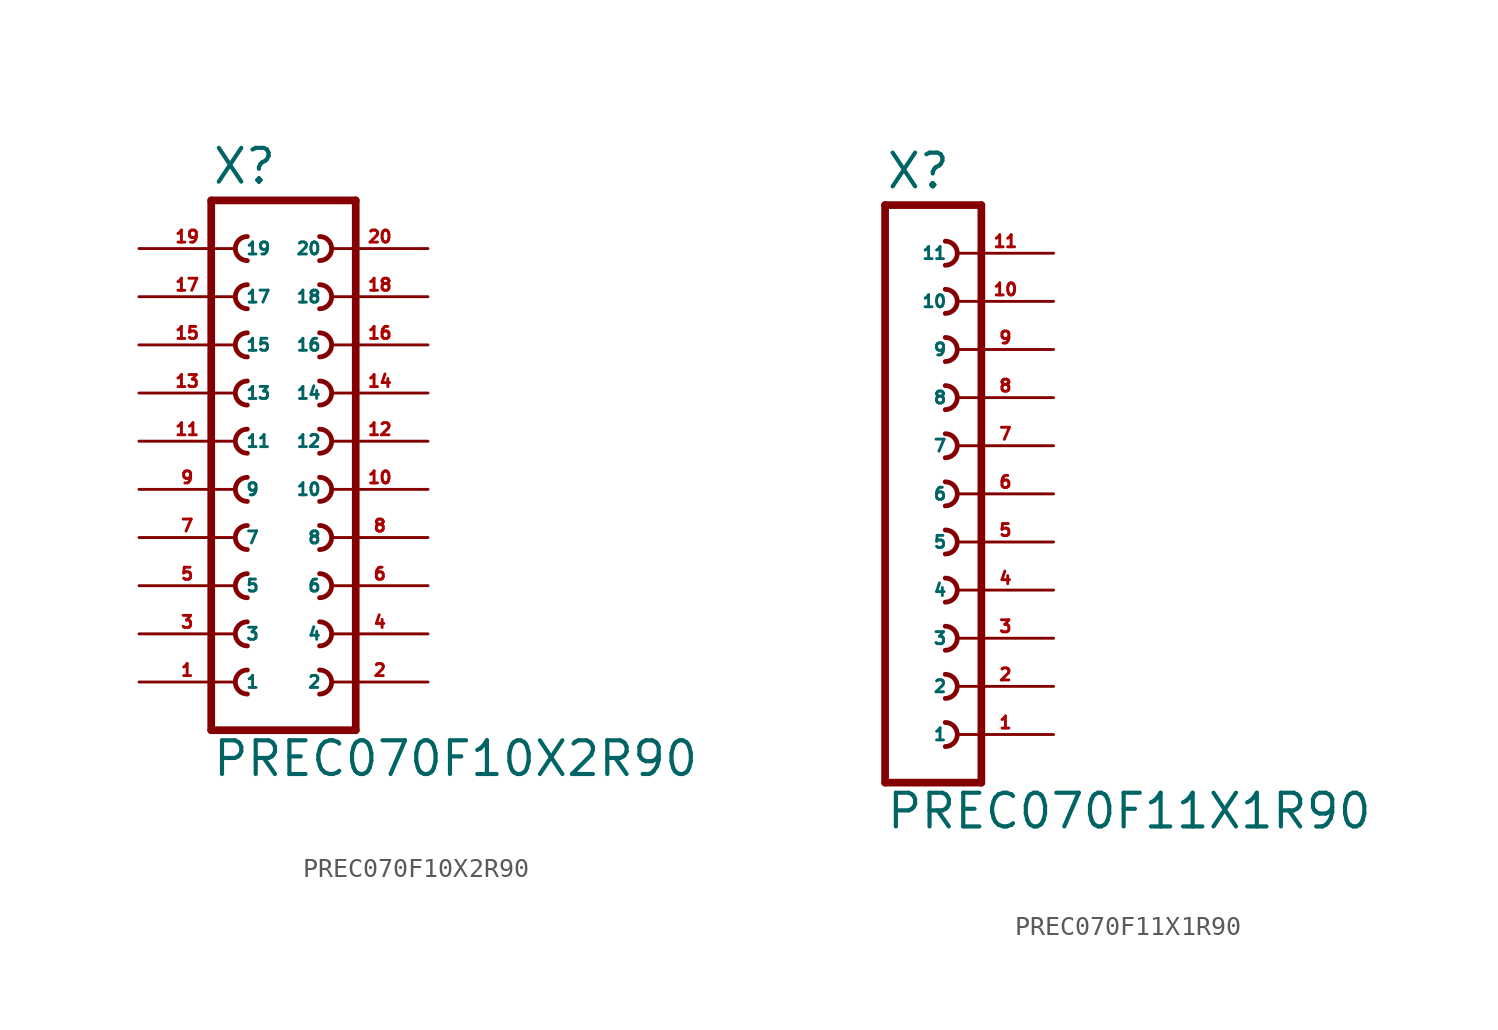
<source format=kicad_sym>
(kicad_symbol_lib
  (version 20220914)
  (generator Eagle2Kicad)
  (symbol "PREC070F10X2R90"
    (property "Reference" "X"
      (at -3.81 16.002 0)
      (effects (font (size 1.778 1.778) (thickness 0.22)) (justify left bottom)))
    (property "Value" "PREC070F10X2R90"
      (at -3.81 -15.24 0)
      (effects (font (size 1.778 1.778) (thickness 0.22)) (justify left bottom)))
    (polyline
      (pts (xy 3.81 -12.7) (xy -3.81 -12.7))
      (stroke (width 0.406) (type default))
      (fill (type none)))
    (arc
      (start -1.905 -4.445)
      (mid -2.540 -5.080)
      (end -1.905 -5.715)
      (stroke (width 0.254) (type default))
      (fill (type none)))
    (arc
      (start -1.905 -6.985)
      (mid -2.540 -7.620)
      (end -1.905 -8.255)
      (stroke (width 0.254) (type default))
      (fill (type none)))
    (arc
      (start -1.905 -9.525)
      (mid -2.540 -10.160)
      (end -1.905 -10.795)
      (stroke (width 0.254) (type default))
      (fill (type none)))
    (arc
      (start 1.905 -5.715)
      (mid 2.540 -5.080)
      (end 1.905 -4.445)
      (stroke (width 0.254) (type default))
      (fill (type none)))
    (arc
      (start 1.905 -8.255)
      (mid 2.540 -7.620)
      (end 1.905 -6.985)
      (stroke (width 0.254) (type default))
      (fill (type none)))
    (arc
      (start 1.905 -10.795)
      (mid 2.540 -10.160)
      (end 1.905 -9.525)
      (stroke (width 0.254) (type default))
      (fill (type none)))
    (arc
      (start -1.905 0.635)
      (mid -2.540 0.000)
      (end -1.905 -0.635)
      (stroke (width 0.254) (type default))
      (fill (type none)))
    (arc
      (start -1.905 -1.905)
      (mid -2.540 -2.540)
      (end -1.905 -3.175)
      (stroke (width 0.254) (type default))
      (fill (type none)))
    (arc
      (start 1.905 -0.635)
      (mid 2.540 0.000)
      (end 1.905 0.635)
      (stroke (width 0.254) (type default))
      (fill (type none)))
    (arc
      (start 1.905 -3.175)
      (mid 2.540 -2.540)
      (end 1.905 -1.905)
      (stroke (width 0.254) (type default))
      (fill (type none)))
    (arc
      (start -1.905 8.255)
      (mid -2.540 7.620)
      (end -1.905 6.985)
      (stroke (width 0.254) (type default))
      (fill (type none)))
    (arc
      (start -1.905 5.715)
      (mid -2.540 5.080)
      (end -1.905 4.445)
      (stroke (width 0.254) (type default))
      (fill (type none)))
    (arc
      (start -1.905 3.175)
      (mid -2.540 2.540)
      (end -1.905 1.905)
      (stroke (width 0.254) (type default))
      (fill (type none)))
    (arc
      (start 1.905 6.985)
      (mid 2.540 7.620)
      (end 1.905 8.255)
      (stroke (width 0.254) (type default))
      (fill (type none)))
    (arc
      (start 1.905 4.445)
      (mid 2.540 5.080)
      (end 1.905 5.715)
      (stroke (width 0.254) (type default))
      (fill (type none)))
    (arc
      (start 1.905 1.905)
      (mid 2.540 2.540)
      (end 1.905 3.175)
      (stroke (width 0.254) (type default))
      (fill (type none)))
    (polyline
      (pts (xy -3.81 15.24) (xy -3.81 -12.7))
      (stroke (width 0.406) (type default))
      (fill (type none)))
    (polyline
      (pts (xy 3.81 -12.7) (xy 3.81 15.24))
      (stroke (width 0.406) (type default))
      (fill (type none)))
    (polyline
      (pts (xy -3.81 15.24) (xy 3.81 15.24))
      (stroke (width 0.406) (type default))
      (fill (type none)))
    (arc
      (start -1.905 13.335)
      (mid -2.540 12.700)
      (end -1.905 12.065)
      (stroke (width 0.254) (type default))
      (fill (type none)))
    (arc
      (start -1.905 10.795)
      (mid -2.540 10.160)
      (end -1.905 9.525)
      (stroke (width 0.254) (type default))
      (fill (type none)))
    (arc
      (start 1.905 12.065)
      (mid 2.540 12.700)
      (end 1.905 13.335)
      (stroke (width 0.254) (type default))
      (fill (type none)))
    (arc
      (start 1.905 9.525)
      (mid 2.540 10.160)
      (end 1.905 10.795)
      (stroke (width 0.254) (type default))
      (fill (type none)))
    (pin passive line
      (at -7.62 -10.16 0)
      (length 5.08)
      (name "1" (effects (font (size 0.635 0.635) (thickness 0.08)) (justify left bottom)))
      (number "1" (effects (font (size 0.635 0.635) (thickness 0.08)) (justify left bottom))))
    (pin passive line
      (at -7.62 -7.62 0)
      (length 5.08)
      (name "3" (effects (font (size 0.635 0.635) (thickness 0.08)) (justify left bottom)))
      (number "3" (effects (font (size 0.635 0.635) (thickness 0.08)) (justify left bottom))))
    (pin passive line
      (at -7.62 -5.08 0)
      (length 5.08)
      (name "5" (effects (font (size 0.635 0.635) (thickness 0.08)) (justify left bottom)))
      (number "5" (effects (font (size 0.635 0.635) (thickness 0.08)) (justify left bottom))))
    (pin passive line
      (at 7.62 -10.16 180)
      (length 5.08)
      (name "2" (effects (font (size 0.635 0.635) (thickness 0.08)) (justify left bottom)))
      (number "2" (effects (font (size 0.635 0.635) (thickness 0.08)) (justify left bottom))))
    (pin passive line
      (at 7.62 -7.62 180)
      (length 5.08)
      (name "4" (effects (font (size 0.635 0.635) (thickness 0.08)) (justify left bottom)))
      (number "4" (effects (font (size 0.635 0.635) (thickness 0.08)) (justify left bottom))))
    (pin passive line
      (at 7.62 -5.08 180)
      (length 5.08)
      (name "6" (effects (font (size 0.635 0.635) (thickness 0.08)) (justify left bottom)))
      (number "6" (effects (font (size 0.635 0.635) (thickness 0.08)) (justify left bottom))))
    (pin passive line
      (at -7.62 -2.54 0)
      (length 5.08)
      (name "7" (effects (font (size 0.635 0.635) (thickness 0.08)) (justify left bottom)))
      (number "7" (effects (font (size 0.635 0.635) (thickness 0.08)) (justify left bottom))))
    (pin passive line
      (at -7.62 0 0)
      (length 5.08)
      (name "9" (effects (font (size 0.635 0.635) (thickness 0.08)) (justify left bottom)))
      (number "9" (effects (font (size 0.635 0.635) (thickness 0.08)) (justify left bottom))))
    (pin passive line
      (at 7.62 -2.54 180)
      (length 5.08)
      (name "8" (effects (font (size 0.635 0.635) (thickness 0.08)) (justify left bottom)))
      (number "8" (effects (font (size 0.635 0.635) (thickness 0.08)) (justify left bottom))))
    (pin passive line
      (at 7.62 0 180)
      (length 5.08)
      (name "10" (effects (font (size 0.635 0.635) (thickness 0.08)) (justify left bottom)))
      (number "10" (effects (font (size 0.635 0.635) (thickness 0.08)) (justify left bottom))))
    (pin passive line
      (at -7.62 2.54 0)
      (length 5.08)
      (name "11" (effects (font (size 0.635 0.635) (thickness 0.08)) (justify left bottom)))
      (number "11" (effects (font (size 0.635 0.635) (thickness 0.08)) (justify left bottom))))
    (pin passive line
      (at -7.62 5.08 0)
      (length 5.08)
      (name "13" (effects (font (size 0.635 0.635) (thickness 0.08)) (justify left bottom)))
      (number "13" (effects (font (size 0.635 0.635) (thickness 0.08)) (justify left bottom))))
    (pin passive line
      (at -7.62 7.62 0)
      (length 5.08)
      (name "15" (effects (font (size 0.635 0.635) (thickness 0.08)) (justify left bottom)))
      (number "15" (effects (font (size 0.635 0.635) (thickness 0.08)) (justify left bottom))))
    (pin passive line
      (at 7.62 2.54 180)
      (length 5.08)
      (name "12" (effects (font (size 0.635 0.635) (thickness 0.08)) (justify left bottom)))
      (number "12" (effects (font (size 0.635 0.635) (thickness 0.08)) (justify left bottom))))
    (pin passive line
      (at 7.62 5.08 180)
      (length 5.08)
      (name "14" (effects (font (size 0.635 0.635) (thickness 0.08)) (justify left bottom)))
      (number "14" (effects (font (size 0.635 0.635) (thickness 0.08)) (justify left bottom))))
    (pin passive line
      (at 7.62 7.62 180)
      (length 5.08)
      (name "16" (effects (font (size 0.635 0.635) (thickness 0.08)) (justify left bottom)))
      (number "16" (effects (font (size 0.635 0.635) (thickness 0.08)) (justify left bottom))))
    (pin passive line
      (at -7.62 10.16 0)
      (length 5.08)
      (name "17" (effects (font (size 0.635 0.635) (thickness 0.08)) (justify left bottom)))
      (number "17" (effects (font (size 0.635 0.635) (thickness 0.08)) (justify left bottom))))
    (pin passive line
      (at -7.62 12.7 0)
      (length 5.08)
      (name "19" (effects (font (size 0.635 0.635) (thickness 0.08)) (justify left bottom)))
      (number "19" (effects (font (size 0.635 0.635) (thickness 0.08)) (justify left bottom))))
    (pin passive line
      (at 7.62 10.16 180)
      (length 5.08)
      (name "18" (effects (font (size 0.635 0.635) (thickness 0.08)) (justify left bottom)))
      (number "18" (effects (font (size 0.635 0.635) (thickness 0.08)) (justify left bottom))))
    (pin passive line
      (at 7.62 12.7 180)
      (length 5.08)
      (name "20" (effects (font (size 0.635 0.635) (thickness 0.08)) (justify left bottom)))
      (number "20" (effects (font (size 0.635 0.635) (thickness 0.08)) (justify left bottom)))))
  (symbol "PREC070F11X1R90"
    (property "Reference" "X"
      (at -1.27 16.002 0)
      (effects (font (size 1.778 1.778) (thickness 0.22)) (justify left bottom)))
    (property "Value" "PREC070F11X1R90"
      (at -1.27 -17.78 0)
      (effects (font (size 1.778 1.778) (thickness 0.22)) (justify left bottom)))
    (polyline
      (pts (xy 3.81 -15.24) (xy -1.27 -15.24))
      (stroke (width 0.406) (type default))
      (fill (type none)))
    (arc
      (start 1.905 -10.795)
      (mid 2.540 -10.160)
      (end 1.905 -9.525)
      (stroke (width 0.254) (type default))
      (fill (type none)))
    (arc
      (start 1.905 -13.335)
      (mid 2.540 -12.700)
      (end 1.905 -12.065)
      (stroke (width 0.254) (type default))
      (fill (type none)))
    (arc
      (start 1.905 -5.715)
      (mid 2.540 -5.080)
      (end 1.905 -4.445)
      (stroke (width 0.254) (type default))
      (fill (type none)))
    (arc
      (start 1.905 -8.255)
      (mid 2.540 -7.620)
      (end 1.905 -6.985)
      (stroke (width 0.254) (type default))
      (fill (type none)))
    (arc
      (start 1.905 1.905)
      (mid 2.540 2.540)
      (end 1.905 3.175)
      (stroke (width 0.254) (type default))
      (fill (type none)))
    (arc
      (start 1.905 -0.635)
      (mid 2.540 0.000)
      (end 1.905 0.635)
      (stroke (width 0.254) (type default))
      (fill (type none)))
    (arc
      (start 1.905 -3.175)
      (mid 2.540 -2.540)
      (end 1.905 -1.905)
      (stroke (width 0.254) (type default))
      (fill (type none)))
    (arc
      (start 1.905 6.985)
      (mid 2.540 7.620)
      (end 1.905 8.255)
      (stroke (width 0.254) (type default))
      (fill (type none)))
    (arc
      (start 1.905 4.445)
      (mid 2.540 5.080)
      (end 1.905 5.715)
      (stroke (width 0.254) (type default))
      (fill (type none)))
    (arc
      (start 1.905 12.065)
      (mid 2.540 12.700)
      (end 1.905 13.335)
      (stroke (width 0.254) (type default))
      (fill (type none)))
    (arc
      (start 1.905 9.525)
      (mid 2.540 10.160)
      (end 1.905 10.795)
      (stroke (width 0.254) (type default))
      (fill (type none)))
    (polyline
      (pts (xy -1.27 15.24) (xy -1.27 -15.24))
      (stroke (width 0.406) (type default))
      (fill (type none)))
    (polyline
      (pts (xy 3.81 -15.24) (xy 3.81 15.24))
      (stroke (width 0.406) (type default))
      (fill (type none)))
    (polyline
      (pts (xy -1.27 15.24) (xy 3.81 15.24))
      (stroke (width 0.406) (type default))
      (fill (type none)))
    (pin passive line
      (at 7.62 -12.7 180)
      (length 5.08)
      (name "1" (effects (font (size 0.635 0.635) (thickness 0.08)) (justify left bottom)))
      (number "1" (effects (font (size 0.635 0.635) (thickness 0.08)) (justify left bottom))))
    (pin passive line
      (at 7.62 -10.16 180)
      (length 5.08)
      (name "2" (effects (font (size 0.635 0.635) (thickness 0.08)) (justify left bottom)))
      (number "2" (effects (font (size 0.635 0.635) (thickness 0.08)) (justify left bottom))))
    (pin passive line
      (at 7.62 -7.62 180)
      (length 5.08)
      (name "3" (effects (font (size 0.635 0.635) (thickness 0.08)) (justify left bottom)))
      (number "3" (effects (font (size 0.635 0.635) (thickness 0.08)) (justify left bottom))))
    (pin passive line
      (at 7.62 -5.08 180)
      (length 5.08)
      (name "4" (effects (font (size 0.635 0.635) (thickness 0.08)) (justify left bottom)))
      (number "4" (effects (font (size 0.635 0.635) (thickness 0.08)) (justify left bottom))))
    (pin passive line
      (at 7.62 -2.54 180)
      (length 5.08)
      (name "5" (effects (font (size 0.635 0.635) (thickness 0.08)) (justify left bottom)))
      (number "5" (effects (font (size 0.635 0.635) (thickness 0.08)) (justify left bottom))))
    (pin passive line
      (at 7.62 0 180)
      (length 5.08)
      (name "6" (effects (font (size 0.635 0.635) (thickness 0.08)) (justify left bottom)))
      (number "6" (effects (font (size 0.635 0.635) (thickness 0.08)) (justify left bottom))))
    (pin passive line
      (at 7.62 2.54 180)
      (length 5.08)
      (name "7" (effects (font (size 0.635 0.635) (thickness 0.08)) (justify left bottom)))
      (number "7" (effects (font (size 0.635 0.635) (thickness 0.08)) (justify left bottom))))
    (pin passive line
      (at 7.62 5.08 180)
      (length 5.08)
      (name "8" (effects (font (size 0.635 0.635) (thickness 0.08)) (justify left bottom)))
      (number "8" (effects (font (size 0.635 0.635) (thickness 0.08)) (justify left bottom))))
    (pin passive line
      (at 7.62 7.62 180)
      (length 5.08)
      (name "9" (effects (font (size 0.635 0.635) (thickness 0.08)) (justify left bottom)))
      (number "9" (effects (font (size 0.635 0.635) (thickness 0.08)) (justify left bottom))))
    (pin passive line
      (at 7.62 10.16 180)
      (length 5.08)
      (name "10" (effects (font (size 0.635 0.635) (thickness 0.08)) (justify left bottom)))
      (number "10" (effects (font (size 0.635 0.635) (thickness 0.08)) (justify left bottom))))
    (pin passive line
      (at 7.62 12.7 180)
      (length 5.08)
      (name "11" (effects (font (size 0.635 0.635) (thickness 0.08)) (justify left bottom)))
      (number "11" (effects (font (size 0.635 0.635) (thickness 0.08)) (justify left bottom))))))
</source>
